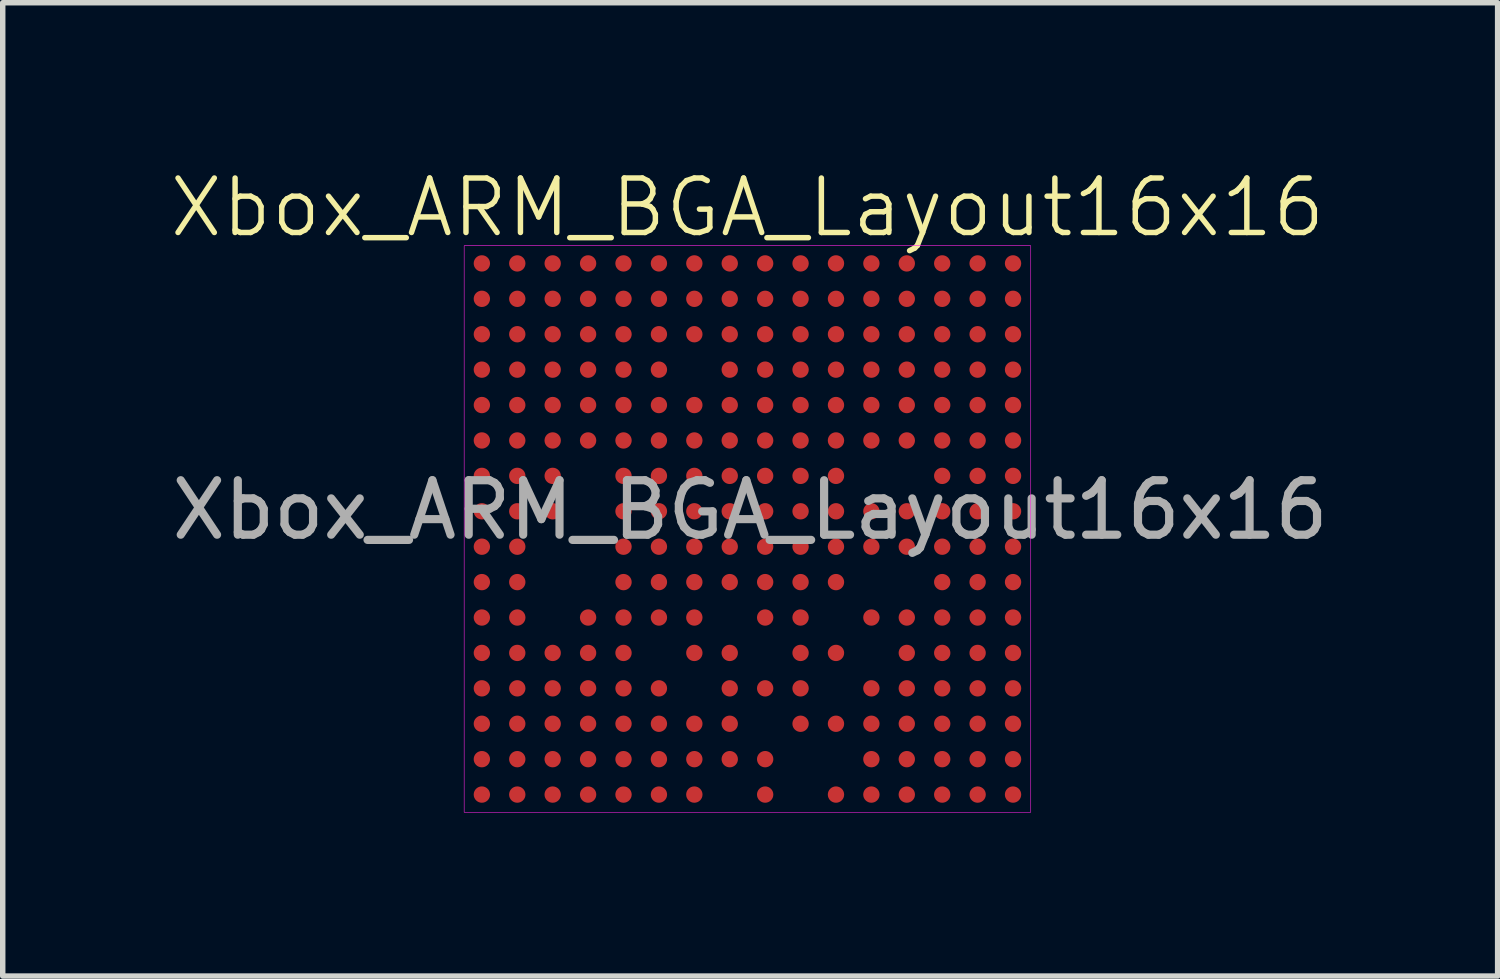
<source format=kicad_pcb>
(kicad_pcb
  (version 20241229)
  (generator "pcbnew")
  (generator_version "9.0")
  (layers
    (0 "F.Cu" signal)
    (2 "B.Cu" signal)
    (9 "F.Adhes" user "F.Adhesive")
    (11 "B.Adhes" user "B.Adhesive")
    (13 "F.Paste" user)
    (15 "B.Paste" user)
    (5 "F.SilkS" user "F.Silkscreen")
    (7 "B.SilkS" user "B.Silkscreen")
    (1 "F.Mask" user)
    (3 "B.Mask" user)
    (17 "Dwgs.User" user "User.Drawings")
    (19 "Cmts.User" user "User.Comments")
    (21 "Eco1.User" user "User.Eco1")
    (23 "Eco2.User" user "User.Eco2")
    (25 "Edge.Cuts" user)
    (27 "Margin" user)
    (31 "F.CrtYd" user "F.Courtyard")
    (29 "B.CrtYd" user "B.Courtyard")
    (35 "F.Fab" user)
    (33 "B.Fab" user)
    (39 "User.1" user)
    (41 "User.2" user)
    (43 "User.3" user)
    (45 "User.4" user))
  (footprint "Xbox_ARM_BGA_Layout16x16"
    (layer "F.Cu")
    (at 10.67 6.335)
    (property "Reference" "Xbox_ARM_BGA_Layout16x16" (at 0 -5.575 0) (unlocked yes) (layer "F.SilkS") (effects (font (size 1 1) (thickness 0.1))))
    (attr smd)
    (fp_rect (start -5.2 -4.875) (end 5.2 5.525) (stroke (width 0.01) (type default)) (fill no) (layer "F.CrtYd"))
    (fp_text user "${REFERENCE}" (at 0.05 -0.025 0) (unlocked yes) (layer "F.Fab") (effects (font (size 1 1) (thickness 0.15))))
    (pad "A1" smd circle (at -4.875 -4.55) (size 0.3 0.3) (layers "F.Cu" "F.Mask" "F.Paste"))
    (pad "A2" smd circle (at -4.225 -4.55) (size 0.3 0.3) (layers "F.Cu" "F.Mask" "F.Paste"))
    (pad "A3" smd circle (at -3.575 -4.55) (size 0.3 0.3) (layers "F.Cu" "F.Mask" "F.Paste"))
    (pad "A4" smd circle (at -2.925 -4.55) (size 0.3 0.3) (layers "F.Cu" "F.Mask" "F.Paste"))
    (pad "A5" smd circle (at -2.275 -4.55) (size 0.3 0.3) (layers "F.Cu" "F.Mask" "F.Paste"))
    (pad "A6" smd circle (at -1.625 -4.55) (size 0.3 0.3) (layers "F.Cu" "F.Mask" "F.Paste"))
    (pad "A7" smd circle (at -0.975 -4.55) (size 0.3 0.3) (layers "F.Cu" "F.Mask" "F.Paste"))
    (pad "A8" smd circle (at -0.325 -4.55) (size 0.3 0.3) (layers "F.Cu" "F.Mask" "F.Paste"))
    (pad "A9" smd circle (at 0.325 -4.55) (size 0.3 0.3) (layers "F.Cu" "F.Mask" "F.Paste"))
    (pad "A10" smd circle (at 0.975 -4.55) (size 0.3 0.3) (layers "F.Cu" "F.Mask" "F.Paste"))
    (pad "A11" smd circle (at 1.625 -4.55) (size 0.3 0.3) (layers "F.Cu" "F.Mask" "F.Paste"))
    (pad "A12" smd circle (at 2.275 -4.55) (size 0.3 0.3) (layers "F.Cu" "F.Mask" "F.Paste"))
    (pad "A13" smd circle (at 2.925 -4.55) (size 0.3 0.3) (layers "F.Cu" "F.Mask" "F.Paste"))
    (pad "A14" smd circle (at 3.575 -4.55) (size 0.3 0.3) (layers "F.Cu" "F.Mask" "F.Paste"))
    (pad "A15" smd circle (at 4.225 -4.55) (size 0.3 0.3) (layers "F.Cu" "F.Mask" "F.Paste"))
    (pad "A16" smd circle (at 4.875 -4.55) (size 0.3 0.3) (layers "F.Cu" "F.Mask" "F.Paste"))
    (pad "B1" smd circle (at -4.875 -3.9) (size 0.3 0.3) (layers "F.Cu" "F.Mask" "F.Paste"))
    (pad "B2" smd circle (at -4.225 -3.9) (size 0.3 0.3) (layers "F.Cu" "F.Mask" "F.Paste"))
    (pad "B3" smd circle (at -3.575 -3.9) (size 0.3 0.3) (layers "F.Cu" "F.Mask" "F.Paste"))
    (pad "B4" smd circle (at -2.925 -3.9) (size 0.3 0.3) (layers "F.Cu" "F.Mask" "F.Paste"))
    (pad "B5" smd circle (at -2.275 -3.9) (size 0.3 0.3) (layers "F.Cu" "F.Mask" "F.Paste"))
    (pad "B6" smd circle (at -1.625 -3.9) (size 0.3 0.3) (layers "F.Cu" "F.Mask" "F.Paste"))
    (pad "B7" smd circle (at -0.975 -3.9) (size 0.3 0.3) (layers "F.Cu" "F.Mask" "F.Paste"))
    (pad "B8" smd circle (at -0.325 -3.9) (size 0.3 0.3) (layers "F.Cu" "F.Mask" "F.Paste"))
    (pad "B9" smd circle (at 0.325 -3.9) (size 0.3 0.3) (layers "F.Cu" "F.Mask" "F.Paste"))
    (pad "B10" smd circle (at 0.975 -3.9) (size 0.3 0.3) (layers "F.Cu" "F.Mask" "F.Paste"))
    (pad "B11" smd circle (at 1.625 -3.9) (size 0.3 0.3) (layers "F.Cu" "F.Mask" "F.Paste"))
    (pad "B12" smd circle (at 2.275 -3.9) (size 0.3 0.3) (layers "F.Cu" "F.Mask" "F.Paste"))
    (pad "B13" smd circle (at 2.925 -3.9) (size 0.3 0.3) (layers "F.Cu" "F.Mask" "F.Paste"))
    (pad "B14" smd circle (at 3.575 -3.9) (size 0.3 0.3) (layers "F.Cu" "F.Mask" "F.Paste"))
    (pad "B15" smd circle (at 4.225 -3.9) (size 0.3 0.3) (layers "F.Cu" "F.Mask" "F.Paste"))
    (pad "B16" smd circle (at 4.875 -3.9) (size 0.3 0.3) (layers "F.Cu" "F.Mask" "F.Paste"))
    (pad "C1" smd circle (at -4.875 -3.25) (size 0.3 0.3) (layers "F.Cu" "F.Mask" "F.Paste"))
    (pad "C2" smd circle (at -4.225 -3.25) (size 0.3 0.3) (layers "F.Cu" "F.Mask" "F.Paste"))
    (pad "C3" smd circle (at -3.575 -3.25) (size 0.3 0.3) (layers "F.Cu" "F.Mask" "F.Paste"))
    (pad "C4" smd circle (at -2.925 -3.25) (size 0.3 0.3) (layers "F.Cu" "F.Mask" "F.Paste"))
    (pad "C5" smd circle (at -2.275 -3.25) (size 0.3 0.3) (layers "F.Cu" "F.Mask" "F.Paste"))
    (pad "C6" smd circle (at -1.625 -3.25) (size 0.3 0.3) (layers "F.Cu" "F.Mask" "F.Paste"))
    (pad "C7" smd circle (at -0.975 -3.25) (size 0.3 0.3) (layers "F.Cu" "F.Mask" "F.Paste"))
    (pad "C8" smd circle (at -0.325 -3.25) (size 0.3 0.3) (layers "F.Cu" "F.Mask" "F.Paste"))
    (pad "C9" smd circle (at 0.325 -3.25) (size 0.3 0.3) (layers "F.Cu" "F.Mask" "F.Paste"))
    (pad "C10" smd circle (at 0.975 -3.25) (size 0.3 0.3) (layers "F.Cu" "F.Mask" "F.Paste"))
    (pad "C11" smd circle (at 1.625 -3.25) (size 0.3 0.3) (layers "F.Cu" "F.Mask" "F.Paste"))
    (pad "C12" smd circle (at 2.275 -3.25) (size 0.3 0.3) (layers "F.Cu" "F.Mask" "F.Paste"))
    (pad "C13" smd circle (at 2.925 -3.25) (size 0.3 0.3) (layers "F.Cu" "F.Mask" "F.Paste"))
    (pad "C14" smd circle (at 3.575 -3.25) (size 0.3 0.3) (layers "F.Cu" "F.Mask" "F.Paste"))
    (pad "C15" smd circle (at 4.225 -3.25) (size 0.3 0.3) (layers "F.Cu" "F.Mask" "F.Paste"))
    (pad "C16" smd circle (at 4.875 -3.25) (size 0.3 0.3) (layers "F.Cu" "F.Mask" "F.Paste"))
    (pad "D1" smd circle (at -4.875 -2.6) (size 0.3 0.3) (layers "F.Cu" "F.Mask" "F.Paste"))
    (pad "D2" smd circle (at -4.225 -2.6) (size 0.3 0.3) (layers "F.Cu" "F.Mask" "F.Paste"))
    (pad "D3" smd circle (at -3.575 -2.6) (size 0.3 0.3) (layers "F.Cu" "F.Mask" "F.Paste"))
    (pad "D4" smd circle (at -2.925 -2.6) (size 0.3 0.3) (layers "F.Cu" "F.Mask" "F.Paste"))
    (pad "D5" smd circle (at -2.275 -2.6) (size 0.3 0.3) (layers "F.Cu" "F.Mask" "F.Paste"))
    (pad "D6" smd circle (at -1.625 -2.6) (size 0.3 0.3) (layers "F.Cu" "F.Mask" "F.Paste"))
    (pad "D8" smd circle (at -0.325 -2.6) (size 0.3 0.3) (layers "F.Cu" "F.Mask" "F.Paste"))
    (pad "D9" smd circle (at 0.325 -2.6) (size 0.3 0.3) (layers "F.Cu" "F.Mask" "F.Paste"))
    (pad "D10" smd circle (at 0.975 -2.6) (size 0.3 0.3) (layers "F.Cu" "F.Mask" "F.Paste"))
    (pad "D11" smd circle (at 1.625 -2.6) (size 0.3 0.3) (layers "F.Cu" "F.Mask" "F.Paste"))
    (pad "D12" smd circle (at 2.275 -2.6) (size 0.3 0.3) (layers "F.Cu" "F.Mask" "F.Paste"))
    (pad "D13" smd circle (at 2.925 -2.6) (size 0.3 0.3) (layers "F.Cu" "F.Mask" "F.Paste"))
    (pad "D14" smd circle (at 3.575 -2.6) (size 0.3 0.3) (layers "F.Cu" "F.Mask" "F.Paste"))
    (pad "D15" smd circle (at 4.225 -2.6) (size 0.3 0.3) (layers "F.Cu" "F.Mask" "F.Paste"))
    (pad "D16" smd circle (at 4.875 -2.6) (size 0.3 0.3) (layers "F.Cu" "F.Mask" "F.Paste"))
    (pad "E1" smd circle (at -4.875 -1.95) (size 0.3 0.3) (layers "F.Cu" "F.Mask" "F.Paste"))
    (pad "E2" smd circle (at -4.225 -1.95) (size 0.3 0.3) (layers "F.Cu" "F.Mask" "F.Paste"))
    (pad "E3" smd circle (at -3.575 -1.95) (size 0.3 0.3) (layers "F.Cu" "F.Mask" "F.Paste"))
    (pad "E4" smd circle (at -2.925 -1.95) (size 0.3 0.3) (layers "F.Cu" "F.Mask" "F.Paste"))
    (pad "E5" smd circle (at -2.275 -1.95) (size 0.3 0.3) (layers "F.Cu" "F.Mask" "F.Paste"))
    (pad "E6" smd circle (at -1.625 -1.95) (size 0.3 0.3) (layers "F.Cu" "F.Mask" "F.Paste"))
    (pad "E7" smd circle (at -0.975 -1.95) (size 0.3 0.3) (layers "F.Cu" "F.Mask" "F.Paste"))
    (pad "E8" smd circle (at -0.325 -1.95) (size 0.3 0.3) (layers "F.Cu" "F.Mask" "F.Paste"))
    (pad "E9" smd circle (at 0.325 -1.95) (size 0.3 0.3) (layers "F.Cu" "F.Mask" "F.Paste"))
    (pad "E10" smd circle (at 0.975 -1.95) (size 0.3 0.3) (layers "F.Cu" "F.Mask" "F.Paste"))
    (pad "E11" smd circle (at 1.625 -1.95) (size 0.3 0.3) (layers "F.Cu" "F.Mask" "F.Paste"))
    (pad "E12" smd circle (at 2.275 -1.95) (size 0.3 0.3) (layers "F.Cu" "F.Mask" "F.Paste"))
    (pad "E13" smd circle (at 2.925 -1.95) (size 0.3 0.3) (layers "F.Cu" "F.Mask" "F.Paste"))
    (pad "E14" smd circle (at 3.575 -1.95) (size 0.3 0.3) (layers "F.Cu" "F.Mask" "F.Paste"))
    (pad "E15" smd circle (at 4.225 -1.95) (size 0.3 0.3) (layers "F.Cu" "F.Mask" "F.Paste"))
    (pad "E16" smd circle (at 4.875 -1.95) (size 0.3 0.3) (layers "F.Cu" "F.Mask" "F.Paste"))
    (pad "F1" smd circle (at -4.875 -1.3) (size 0.3 0.3) (layers "F.Cu" "F.Mask" "F.Paste"))
    (pad "F2" smd circle (at -4.225 -1.3) (size 0.3 0.3) (layers "F.Cu" "F.Mask" "F.Paste"))
    (pad "F3" smd circle (at -3.575 -1.3) (size 0.3 0.3) (layers "F.Cu" "F.Mask" "F.Paste"))
    (pad "F4" smd circle (at -2.925 -1.3) (size 0.3 0.3) (layers "F.Cu" "F.Mask" "F.Paste"))
    (pad "F5" smd circle (at -2.275 -1.3) (size 0.3 0.3) (layers "F.Cu" "F.Mask" "F.Paste"))
    (pad "F6" smd circle (at -1.625 -1.3) (size 0.3 0.3) (layers "F.Cu" "F.Mask" "F.Paste"))
    (pad "F7" smd circle (at -0.975 -1.3) (size 0.3 0.3) (layers "F.Cu" "F.Mask" "F.Paste"))
    (pad "F8" smd circle (at -0.325 -1.3) (size 0.3 0.3) (layers "F.Cu" "F.Mask" "F.Paste"))
    (pad "F9" smd circle (at 0.325 -1.3) (size 0.3 0.3) (layers "F.Cu" "F.Mask" "F.Paste"))
    (pad "F10" smd circle (at 0.975 -1.3) (size 0.3 0.3) (layers "F.Cu" "F.Mask" "F.Paste"))
    (pad "F11" smd circle (at 1.625 -1.3) (size 0.3 0.3) (layers "F.Cu" "F.Mask" "F.Paste"))
    (pad "F12" smd circle (at 2.275 -1.3) (size 0.3 0.3) (layers "F.Cu" "F.Mask" "F.Paste"))
    (pad "F13" smd circle (at 2.925 -1.3) (size 0.3 0.3) (layers "F.Cu" "F.Mask" "F.Paste"))
    (pad "F14" smd circle (at 3.575 -1.3) (size 0.3 0.3) (layers "F.Cu" "F.Mask" "F.Paste"))
    (pad "F15" smd circle (at 4.225 -1.3) (size 0.3 0.3) (layers "F.Cu" "F.Mask" "F.Paste"))
    (pad "F16" smd circle (at 4.875 -1.3) (size 0.3 0.3) (layers "F.Cu" "F.Mask" "F.Paste"))
    (pad "G1" smd circle (at -4.875 -0.65) (size 0.3 0.3) (layers "F.Cu" "F.Mask" "F.Paste"))
    (pad "G2" smd circle (at -4.225 -0.65) (size 0.3 0.3) (layers "F.Cu" "F.Mask" "F.Paste"))
    (pad "G3" smd circle (at -3.575 -0.65) (size 0.3 0.3) (layers "F.Cu" "F.Mask" "F.Paste"))
    (pad "G5" smd circle (at -2.275 -0.65) (size 0.3 0.3) (layers "F.Cu" "F.Mask" "F.Paste"))
    (pad "G6" smd circle (at -1.625 -0.65) (size 0.3 0.3) (layers "F.Cu" "F.Mask" "F.Paste"))
    (pad "G7" smd circle (at -0.975 -0.65) (size 0.3 0.3) (layers "F.Cu" "F.Mask" "F.Paste"))
    (pad "G8" smd circle (at -0.325 -0.65) (size 0.3 0.3) (layers "F.Cu" "F.Mask" "F.Paste"))
    (pad "G9" smd circle (at 0.325 -0.65) (size 0.3 0.3) (layers "F.Cu" "F.Mask" "F.Paste"))
    (pad "G10" smd circle (at 0.975 -0.65) (size 0.3 0.3) (layers "F.Cu" "F.Mask" "F.Paste"))
    (pad "G11" smd circle (at 1.625 -0.65) (size 0.3 0.3) (layers "F.Cu" "F.Mask" "F.Paste"))
    (pad "G14" smd circle (at 3.575 -0.65) (size 0.3 0.3) (layers "F.Cu" "F.Mask" "F.Paste"))
    (pad "G15" smd circle (at 4.225 -0.65) (size 0.3 0.3) (layers "F.Cu" "F.Mask" "F.Paste"))
    (pad "G16" smd circle (at 4.875 -0.65) (size 0.3 0.3) (layers "F.Cu" "F.Mask" "F.Paste"))
    (pad "H1" smd circle (at -4.875 0) (size 0.3 0.3) (layers "F.Cu" "F.Mask" "F.Paste"))
    (pad "H2" smd circle (at -4.225 0) (size 0.3 0.3) (layers "F.Cu" "F.Mask" "F.Paste"))
    (pad "H3" smd circle (at -3.575 0) (size 0.3 0.3) (layers "F.Cu" "F.Mask" "F.Paste"))
    (pad "H5" smd circle (at -2.275 0) (size 0.3 0.3) (layers "F.Cu" "F.Mask" "F.Paste"))
    (pad "H6" smd circle (at -1.625 0) (size 0.3 0.3) (layers "F.Cu" "F.Mask" "F.Paste"))
    (pad "H7" smd circle (at -0.975 0) (size 0.3 0.3) (layers "F.Cu" "F.Mask" "F.Paste"))
    (pad "H8" smd circle (at -0.325 0) (size 0.3 0.3) (layers "F.Cu" "F.Mask" "F.Paste"))
    (pad "H9" smd circle (at 0.325 0) (size 0.3 0.3) (layers "F.Cu" "F.Mask" "F.Paste"))
    (pad "H10" smd circle (at 0.975 0) (size 0.3 0.3) (layers "F.Cu" "F.Mask" "F.Paste"))
    (pad "H11" smd circle (at 1.625 0) (size 0.3 0.3) (layers "F.Cu" "F.Mask" "F.Paste"))
    (pad "H12" smd circle (at 2.275 0) (size 0.3 0.3) (layers "F.Cu" "F.Mask" "F.Paste"))
    (pad "H13" smd circle (at 2.925 0) (size 0.3 0.3) (layers "F.Cu" "F.Mask" "F.Paste"))
    (pad "H14" smd circle (at 3.575 0) (size 0.3 0.3) (layers "F.Cu" "F.Mask" "F.Paste"))
    (pad "H15" smd circle (at 4.225 0) (size 0.3 0.3) (layers "F.Cu" "F.Mask" "F.Paste"))
    (pad "H16" smd circle (at 4.875 0) (size 0.3 0.3) (layers "F.Cu" "F.Mask" "F.Paste"))
    (pad "J1" smd circle (at -4.875 0.65) (size 0.3 0.3) (layers "F.Cu" "F.Mask" "F.Paste"))
    (pad "J2" smd circle (at -4.225 0.65) (size 0.3 0.3) (layers "F.Cu" "F.Mask" "F.Paste"))
    (pad "J5" smd circle (at -2.275 0.65) (size 0.3 0.3) (layers "F.Cu" "F.Mask" "F.Paste"))
    (pad "J6" smd circle (at -1.625 0.65) (size 0.3 0.3) (layers "F.Cu" "F.Mask" "F.Paste"))
    (pad "J7" smd circle (at -0.975 0.65) (size 0.3 0.3) (layers "F.Cu" "F.Mask" "F.Paste"))
    (pad "J8" smd circle (at -0.325 0.65) (size 0.3 0.3) (layers "F.Cu" "F.Mask" "F.Paste"))
    (pad "J9" smd circle (at 0.325 0.65) (size 0.3 0.3) (layers "F.Cu" "F.Mask" "F.Paste"))
    (pad "J10" smd circle (at 0.975 0.65) (size 0.3 0.3) (layers "F.Cu" "F.Mask" "F.Paste"))
    (pad "J11" smd circle (at 1.625 0.65) (size 0.3 0.3) (layers "F.Cu" "F.Mask" "F.Paste"))
    (pad "J12" smd circle (at 2.275 0.65) (size 0.3 0.3) (layers "F.Cu" "F.Mask" "F.Paste"))
    (pad "J13" smd circle (at 2.925 0.65) (size 0.3 0.3) (layers "F.Cu" "F.Mask" "F.Paste"))
    (pad "J14" smd circle (at 3.575 0.65) (size 0.3 0.3) (layers "F.Cu" "F.Mask" "F.Paste"))
    (pad "J15" smd circle (at 4.225 0.65) (size 0.3 0.3) (layers "F.Cu" "F.Mask" "F.Paste"))
    (pad "J16" smd circle (at 4.875 0.65) (size 0.3 0.3) (layers "F.Cu" "F.Mask" "F.Paste"))
    (pad "K1" smd circle (at -4.875 1.3) (size 0.3 0.3) (layers "F.Cu" "F.Mask" "F.Paste"))
    (pad "K2" smd circle (at -4.225 1.3) (size 0.3 0.3) (layers "F.Cu" "F.Mask" "F.Paste"))
    (pad "K5" smd circle (at -2.275 1.3) (size 0.3 0.3) (layers "F.Cu" "F.Mask" "F.Paste"))
    (pad "K6" smd circle (at -1.625 1.3) (size 0.3 0.3) (layers "F.Cu" "F.Mask" "F.Paste"))
    (pad "K7" smd circle (at -0.975 1.3) (size 0.3 0.3) (layers "F.Cu" "F.Mask" "F.Paste"))
    (pad "K8" smd circle (at -0.325 1.3) (size 0.3 0.3) (layers "F.Cu" "F.Mask" "F.Paste"))
    (pad "K9" smd circle (at 0.325 1.3) (size 0.3 0.3) (layers "F.Cu" "F.Mask" "F.Paste"))
    (pad "K10" smd circle (at 0.975 1.3) (size 0.3 0.3) (layers "F.Cu" "F.Mask" "F.Paste"))
    (pad "K11" smd circle (at 1.625 1.3) (size 0.3 0.3) (layers "F.Cu" "F.Mask" "F.Paste"))
    (pad "K14" smd circle (at 3.575 1.3) (size 0.3 0.3) (layers "F.Cu" "F.Mask" "F.Paste"))
    (pad "K15" smd circle (at 4.225 1.3) (size 0.3 0.3) (layers "F.Cu" "F.Mask" "F.Paste"))
    (pad "K16" smd circle (at 4.875 1.3) (size 0.3 0.3) (layers "F.Cu" "F.Mask" "F.Paste"))
    (pad "L1" smd circle (at -4.875 1.95) (size 0.3 0.3) (layers "F.Cu" "F.Mask" "F.Paste"))
    (pad "L2" smd circle (at -4.225 1.95) (size 0.3 0.3) (layers "F.Cu" "F.Mask" "F.Paste"))
    (pad "L4" smd circle (at -2.925 1.95) (size 0.3 0.3) (layers "F.Cu" "F.Mask" "F.Paste"))
    (pad "L5" smd circle (at -2.275 1.95) (size 0.3 0.3) (layers "F.Cu" "F.Mask" "F.Paste"))
    (pad "L6" smd circle (at -1.625 1.95) (size 0.3 0.3) (layers "F.Cu" "F.Mask" "F.Paste"))
    (pad "L7" smd circle (at -0.975 1.95) (size 0.3 0.3) (layers "F.Cu" "F.Mask" "F.Paste"))
    (pad "L9" smd circle (at 0.325 1.95) (size 0.3 0.3) (layers "F.Cu" "F.Mask" "F.Paste"))
    (pad "L10" smd circle (at 0.975 1.95) (size 0.3 0.3) (layers "F.Cu" "F.Mask" "F.Paste"))
    (pad "L12" smd circle (at 2.275 1.95) (size 0.3 0.3) (layers "F.Cu" "F.Mask" "F.Paste"))
    (pad "L13" smd circle (at 2.925 1.95) (size 0.3 0.3) (layers "F.Cu" "F.Mask" "F.Paste"))
    (pad "L14" smd circle (at 3.575 1.95) (size 0.3 0.3) (layers "F.Cu" "F.Mask" "F.Paste"))
    (pad "L15" smd circle (at 4.225 1.95) (size 0.3 0.3) (layers "F.Cu" "F.Mask" "F.Paste"))
    (pad "L16" smd circle (at 4.875 1.95) (size 0.3 0.3) (layers "F.Cu" "F.Mask" "F.Paste"))
    (pad "M1" smd circle (at -4.875 2.6) (size 0.3 0.3) (layers "F.Cu" "F.Mask" "F.Paste"))
    (pad "M2" smd circle (at -4.225 2.6) (size 0.3 0.3) (layers "F.Cu" "F.Mask" "F.Paste"))
    (pad "M3" smd circle (at -3.575 2.6) (size 0.3 0.3) (layers "F.Cu" "F.Mask" "F.Paste"))
    (pad "M4" smd circle (at -2.925 2.6) (size 0.3 0.3) (layers "F.Cu" "F.Mask" "F.Paste"))
    (pad "M5" smd circle (at -2.275 2.6) (size 0.3 0.3) (layers "F.Cu" "F.Mask" "F.Paste"))
    (pad "M7" smd circle (at -0.975 2.6) (size 0.3 0.3) (layers "F.Cu" "F.Mask" "F.Paste"))
    (pad "M8" smd circle (at -0.325 2.6) (size 0.3 0.3) (layers "F.Cu" "F.Mask" "F.Paste"))
    (pad "M10" smd circle (at 0.975 2.6) (size 0.3 0.3) (layers "F.Cu" "F.Mask" "F.Paste"))
    (pad "M11" smd circle (at 1.625 2.6) (size 0.3 0.3) (layers "F.Cu" "F.Mask" "F.Paste"))
    (pad "M13" smd circle (at 2.925 2.6) (size 0.3 0.3) (layers "F.Cu" "F.Mask" "F.Paste"))
    (pad "M14" smd circle (at 3.575 2.6) (size 0.3 0.3) (layers "F.Cu" "F.Mask" "F.Paste"))
    (pad "M15" smd circle (at 4.225 2.6) (size 0.3 0.3) (layers "F.Cu" "F.Mask" "F.Paste"))
    (pad "M16" smd circle (at 4.875 2.6) (size 0.3 0.3) (layers "F.Cu" "F.Mask" "F.Paste"))
    (pad "N1" smd circle (at -4.875 3.25) (size 0.3 0.3) (layers "F.Cu" "F.Mask" "F.Paste"))
    (pad "N2" smd circle (at -4.225 3.25) (size 0.3 0.3) (layers "F.Cu" "F.Mask" "F.Paste"))
    (pad "N3" smd circle (at -3.575 3.25) (size 0.3 0.3) (layers "F.Cu" "F.Mask" "F.Paste"))
    (pad "N4" smd circle (at -2.925 3.25) (size 0.3 0.3) (layers "F.Cu" "F.Mask" "F.Paste"))
    (pad "N5" smd circle (at -2.275 3.25) (size 0.3 0.3) (layers "F.Cu" "F.Mask" "F.Paste"))
    (pad "N6" smd circle (at -1.625 3.25) (size 0.3 0.3) (layers "F.Cu" "F.Mask" "F.Paste"))
    (pad "N8" smd circle (at -0.325 3.25) (size 0.3 0.3) (layers "F.Cu" "F.Mask" "F.Paste"))
    (pad "N9" smd circle (at 0.325 3.25) (size 0.3 0.3) (layers "F.Cu" "F.Mask" "F.Paste"))
    (pad "N10" smd circle (at 0.975 3.25) (size 0.3 0.3) (layers "F.Cu" "F.Mask" "F.Paste"))
    (pad "N12" smd circle (at 2.275 3.25) (size 0.3 0.3) (layers "F.Cu" "F.Mask" "F.Paste"))
    (pad "N13" smd circle (at 2.925 3.25) (size 0.3 0.3) (layers "F.Cu" "F.Mask" "F.Paste"))
    (pad "N14" smd circle (at 3.575 3.25) (size 0.3 0.3) (layers "F.Cu" "F.Mask" "F.Paste"))
    (pad "N15" smd circle (at 4.225 3.25) (size 0.3 0.3) (layers "F.Cu" "F.Mask" "F.Paste"))
    (pad "N16" smd circle (at 4.875 3.25) (size 0.3 0.3) (layers "F.Cu" "F.Mask" "F.Paste"))
    (pad "P1" smd circle (at -4.875 3.9) (size 0.3 0.3) (layers "F.Cu" "F.Mask" "F.Paste"))
    (pad "P2" smd circle (at -4.225 3.9) (size 0.3 0.3) (layers "F.Cu" "F.Mask" "F.Paste"))
    (pad "P3" smd circle (at -3.575 3.9) (size 0.3 0.3) (layers "F.Cu" "F.Mask" "F.Paste"))
    (pad "P4" smd circle (at -2.925 3.9) (size 0.3 0.3) (layers "F.Cu" "F.Mask" "F.Paste"))
    (pad "P5" smd circle (at -2.275 3.9) (size 0.3 0.3) (layers "F.Cu" "F.Mask" "F.Paste"))
    (pad "P6" smd circle (at -1.625 3.9) (size 0.3 0.3) (layers "F.Cu" "F.Mask" "F.Paste"))
    (pad "P7" smd circle (at -0.975 3.9) (size 0.3 0.3) (layers "F.Cu" "F.Mask" "F.Paste"))
    (pad "P8" smd circle (at -0.325 3.9) (size 0.3 0.3) (layers "F.Cu" "F.Mask" "F.Paste"))
    (pad "P10" smd circle (at 0.975 3.9) (size 0.3 0.3) (layers "F.Cu" "F.Mask" "F.Paste"))
    (pad "P11" smd circle (at 1.625 3.9) (size 0.3 0.3) (layers "F.Cu" "F.Mask" "F.Paste"))
    (pad "P12" smd circle (at 2.275 3.9) (size 0.3 0.3) (layers "F.Cu" "F.Mask" "F.Paste"))
    (pad "P13" smd circle (at 2.925 3.9) (size 0.3 0.3) (layers "F.Cu" "F.Mask" "F.Paste"))
    (pad "P14" smd circle (at 3.575 3.9) (size 0.3 0.3) (layers "F.Cu" "F.Mask" "F.Paste"))
    (pad "P15" smd circle (at 4.225 3.9) (size 0.3 0.3) (layers "F.Cu" "F.Mask" "F.Paste"))
    (pad "P16" smd circle (at 4.875 3.9) (size 0.3 0.3) (layers "F.Cu" "F.Mask" "F.Paste"))
    (pad "R1" smd circle (at -4.875 4.55) (size 0.3 0.3) (layers "F.Cu" "F.Mask" "F.Paste"))
    (pad "R2" smd circle (at -4.225 4.55) (size 0.3 0.3) (layers "F.Cu" "F.Mask" "F.Paste"))
    (pad "R3" smd circle (at -3.575 4.55) (size 0.3 0.3) (layers "F.Cu" "F.Mask" "F.Paste"))
    (pad "R4" smd circle (at -2.925 4.55) (size 0.3 0.3) (layers "F.Cu" "F.Mask" "F.Paste"))
    (pad "R5" smd circle (at -2.275 4.55) (size 0.3 0.3) (layers "F.Cu" "F.Mask" "F.Paste"))
    (pad "R6" smd circle (at -1.625 4.55) (size 0.3 0.3) (layers "F.Cu" "F.Mask" "F.Paste"))
    (pad "R7" smd circle (at -0.975 4.55) (size 0.3 0.3) (layers "F.Cu" "F.Mask" "F.Paste"))
    (pad "R8" smd circle (at -0.325 4.55) (size 0.3 0.3) (layers "F.Cu" "F.Mask" "F.Paste"))
    (pad "R9" smd circle (at 0.325 4.55) (size 0.3 0.3) (layers "F.Cu" "F.Mask" "F.Paste"))
    (pad "R12" smd circle (at 2.275 4.55) (size 0.3 0.3) (layers "F.Cu" "F.Mask" "F.Paste"))
    (pad "R13" smd circle (at 2.925 4.55) (size 0.3 0.3) (layers "F.Cu" "F.Mask" "F.Paste"))
    (pad "R14" smd circle (at 3.575 4.55) (size 0.3 0.3) (layers "F.Cu" "F.Mask" "F.Paste"))
    (pad "R15" smd circle (at 4.225 4.55) (size 0.3 0.3) (layers "F.Cu" "F.Mask" "F.Paste"))
    (pad "R16" smd circle (at 4.875 4.55) (size 0.3 0.3) (layers "F.Cu" "F.Mask" "F.Paste"))
    (pad "T1" smd circle (at -4.875 5.2) (size 0.3 0.3) (layers "F.Cu" "F.Mask" "F.Paste"))
    (pad "T2" smd circle (at -4.225 5.2) (size 0.3 0.3) (layers "F.Cu" "F.Mask" "F.Paste"))
    (pad "T3" smd circle (at -3.575 5.2) (size 0.3 0.3) (layers "F.Cu" "F.Mask" "F.Paste"))
    (pad "T4" smd circle (at -2.925 5.2) (size 0.3 0.3) (layers "F.Cu" "F.Mask" "F.Paste"))
    (pad "T5" smd circle (at -2.275 5.2) (size 0.3 0.3) (layers "F.Cu" "F.Mask" "F.Paste"))
    (pad "T6" smd circle (at -1.625 5.2) (size 0.3 0.3) (layers "F.Cu" "F.Mask" "F.Paste"))
    (pad "T7" smd circle (at -0.975 5.2) (size 0.3 0.3) (layers "F.Cu" "F.Mask" "F.Paste"))
    (pad "T9" smd circle (at 0.325 5.2) (size 0.3 0.3) (layers "F.Cu" "F.Mask" "F.Paste"))
    (pad "T11" smd circle (at 1.625 5.2) (size 0.3 0.3) (layers "F.Cu" "F.Mask" "F.Paste"))
    (pad "T12" smd circle (at 2.275 5.2) (size 0.3 0.3) (layers "F.Cu" "F.Mask" "F.Paste"))
    (pad "T13" smd circle (at 2.925 5.2) (size 0.3 0.3) (layers "F.Cu" "F.Mask" "F.Paste"))
    (pad "T14" smd circle (at 3.575 5.2) (size 0.3 0.3) (layers "F.Cu" "F.Mask" "F.Paste"))
    (pad "T15" smd circle (at 4.225 5.2) (size 0.3 0.3) (layers "F.Cu" "F.Mask" "F.Paste"))
    (pad "T16" smd circle (at 4.875 5.2) (size 0.3 0.3) (layers "F.Cu" "F.Mask" "F.Paste")))
  (gr_rect
    (start -3 -3)
    (end 24.44 14.866)
    (stroke (width 0.1) (type default))
    (fill no)
    (layer "Edge.Cuts")))
</source>
